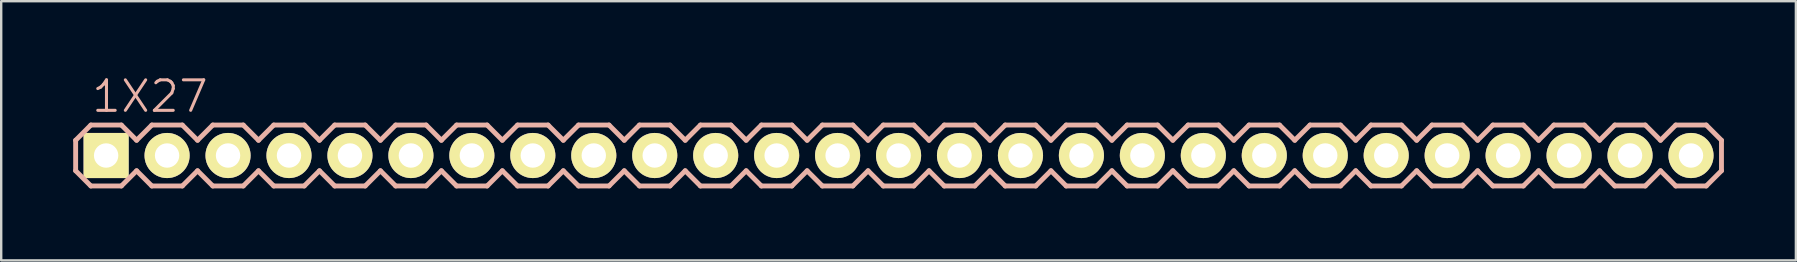
<source format=kicad_pcb>
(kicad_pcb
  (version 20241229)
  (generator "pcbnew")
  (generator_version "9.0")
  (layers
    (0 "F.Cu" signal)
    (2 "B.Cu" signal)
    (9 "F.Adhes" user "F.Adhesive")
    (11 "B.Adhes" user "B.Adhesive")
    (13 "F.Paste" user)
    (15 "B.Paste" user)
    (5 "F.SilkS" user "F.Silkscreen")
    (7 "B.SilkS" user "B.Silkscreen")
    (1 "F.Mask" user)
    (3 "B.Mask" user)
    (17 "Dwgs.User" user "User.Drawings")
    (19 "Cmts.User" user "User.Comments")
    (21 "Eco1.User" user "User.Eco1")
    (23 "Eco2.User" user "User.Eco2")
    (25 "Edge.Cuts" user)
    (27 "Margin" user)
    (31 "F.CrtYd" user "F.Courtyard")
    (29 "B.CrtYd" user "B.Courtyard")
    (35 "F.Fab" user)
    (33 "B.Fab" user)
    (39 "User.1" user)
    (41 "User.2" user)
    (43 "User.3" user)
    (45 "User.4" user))
  (footprint "1X27"
    (layer "F.Cu")
    (at 1.372 3.43)
    (property "Reference" "1X27" (at 1.829 -2.464 0) (layer "B.SilkS") (effects (font (size 1.27 1.27) (thickness 0.127))))
    (attr exclude_from_pos_files exclude_from_bom)
    (fp_line (start -0.254 -0.254) (end 0.254 -0.254) (stroke (width 0.066) (type solid)) (layer "F.SilkS"))
    (fp_line (start -0.254 0.254) (end -0.254 -0.254) (stroke (width 0.066) (type solid)) (layer "F.SilkS"))
    (fp_line (start -0.254 0.254) (end 0.254 0.254) (stroke (width 0.066) (type solid)) (layer "F.SilkS"))
    (fp_line (start 0.254 0.254) (end 0.254 -0.254) (stroke (width 0.066) (type solid)) (layer "F.SilkS"))
    (fp_line (start 2.286 -0.254) (end 2.794 -0.254) (stroke (width 0.066) (type solid)) (layer "F.SilkS"))
    (fp_line (start 2.286 0.254) (end 2.286 -0.254) (stroke (width 0.066) (type solid)) (layer "F.SilkS"))
    (fp_line (start 2.286 0.254) (end 2.794 0.254) (stroke (width 0.066) (type solid)) (layer "F.SilkS"))
    (fp_line (start 2.794 0.254) (end 2.794 -0.254) (stroke (width 0.066) (type solid)) (layer "F.SilkS"))
    (fp_line (start 4.826 -0.254) (end 5.334 -0.254) (stroke (width 0.066) (type solid)) (layer "F.SilkS"))
    (fp_line (start 4.826 0.254) (end 4.826 -0.254) (stroke (width 0.066) (type solid)) (layer "F.SilkS"))
    (fp_line (start 4.826 0.254) (end 5.334 0.254) (stroke (width 0.066) (type solid)) (layer "F.SilkS"))
    (fp_line (start 5.334 0.254) (end 5.334 -0.254) (stroke (width 0.066) (type solid)) (layer "F.SilkS"))
    (fp_line (start 7.366 -0.254) (end 7.874 -0.254) (stroke (width 0.066) (type solid)) (layer "F.SilkS"))
    (fp_line (start 7.366 0.254) (end 7.366 -0.254) (stroke (width 0.066) (type solid)) (layer "F.SilkS"))
    (fp_line (start 7.366 0.254) (end 7.874 0.254) (stroke (width 0.066) (type solid)) (layer "F.SilkS"))
    (fp_line (start 7.874 0.254) (end 7.874 -0.254) (stroke (width 0.066) (type solid)) (layer "F.SilkS"))
    (fp_line (start 9.906 -0.254) (end 10.414 -0.254) (stroke (width 0.066) (type solid)) (layer "F.SilkS"))
    (fp_line (start 9.906 0.254) (end 9.906 -0.254) (stroke (width 0.066) (type solid)) (layer "F.SilkS"))
    (fp_line (start 9.906 0.254) (end 10.414 0.254) (stroke (width 0.066) (type solid)) (layer "F.SilkS"))
    (fp_line (start 10.414 0.254) (end 10.414 -0.254) (stroke (width 0.066) (type solid)) (layer "F.SilkS"))
    (fp_line (start 12.446 -0.254) (end 12.954 -0.254) (stroke (width 0.066) (type solid)) (layer "F.SilkS"))
    (fp_line (start 12.446 0.254) (end 12.446 -0.254) (stroke (width 0.066) (type solid)) (layer "F.SilkS"))
    (fp_line (start 12.446 0.254) (end 12.954 0.254) (stroke (width 0.066) (type solid)) (layer "F.SilkS"))
    (fp_line (start 12.954 0.254) (end 12.954 -0.254) (stroke (width 0.066) (type solid)) (layer "F.SilkS"))
    (fp_line (start 14.986 -0.254) (end 15.494 -0.254) (stroke (width 0.066) (type solid)) (layer "F.SilkS"))
    (fp_line (start 14.986 0.254) (end 14.986 -0.254) (stroke (width 0.066) (type solid)) (layer "F.SilkS"))
    (fp_line (start 14.986 0.254) (end 15.494 0.254) (stroke (width 0.066) (type solid)) (layer "F.SilkS"))
    (fp_line (start 15.494 0.254) (end 15.494 -0.254) (stroke (width 0.066) (type solid)) (layer "F.SilkS"))
    (fp_line (start 17.523 -0.254) (end 18.034 -0.254) (stroke (width 0.066) (type solid)) (layer "F.SilkS"))
    (fp_line (start 17.523 0.254) (end 17.523 -0.254) (stroke (width 0.066) (type solid)) (layer "F.SilkS"))
    (fp_line (start 17.523 0.254) (end 18.034 0.254) (stroke (width 0.066) (type solid)) (layer "F.SilkS"))
    (fp_line (start 18.034 0.254) (end 18.034 -0.254) (stroke (width 0.066) (type solid)) (layer "F.SilkS"))
    (fp_line (start 20.066 -0.254) (end 20.574 -0.254) (stroke (width 0.066) (type solid)) (layer "F.SilkS"))
    (fp_line (start 20.066 0.254) (end 20.066 -0.254) (stroke (width 0.066) (type solid)) (layer "F.SilkS"))
    (fp_line (start 20.066 0.254) (end 20.574 0.254) (stroke (width 0.066) (type solid)) (layer "F.SilkS"))
    (fp_line (start 20.574 0.254) (end 20.574 -0.254) (stroke (width 0.066) (type solid)) (layer "F.SilkS"))
    (fp_line (start 22.606 -0.254) (end 23.114 -0.254) (stroke (width 0.066) (type solid)) (layer "F.SilkS"))
    (fp_line (start 22.606 0.254) (end 22.606 -0.254) (stroke (width 0.066) (type solid)) (layer "F.SilkS"))
    (fp_line (start 22.606 0.254) (end 23.114 0.254) (stroke (width 0.066) (type solid)) (layer "F.SilkS"))
    (fp_line (start 23.114 0.254) (end 23.114 -0.254) (stroke (width 0.066) (type solid)) (layer "F.SilkS"))
    (fp_line (start 25.146 -0.254) (end 25.654 -0.254) (stroke (width 0.066) (type solid)) (layer "F.SilkS"))
    (fp_line (start 25.146 0.254) (end 25.146 -0.254) (stroke (width 0.066) (type solid)) (layer "F.SilkS"))
    (fp_line (start 25.146 0.254) (end 25.654 0.254) (stroke (width 0.066) (type solid)) (layer "F.SilkS"))
    (fp_line (start 25.654 0.254) (end 25.654 -0.254) (stroke (width 0.066) (type solid)) (layer "F.SilkS"))
    (fp_line (start 27.686 -0.254) (end 28.194 -0.254) (stroke (width 0.066) (type solid)) (layer "F.SilkS"))
    (fp_line (start 27.686 0.254) (end 27.686 -0.254) (stroke (width 0.066) (type solid)) (layer "F.SilkS"))
    (fp_line (start 27.686 0.254) (end 28.194 0.254) (stroke (width 0.066) (type solid)) (layer "F.SilkS"))
    (fp_line (start 28.194 0.254) (end 28.194 -0.254) (stroke (width 0.066) (type solid)) (layer "F.SilkS"))
    (fp_line (start 30.226 -0.254) (end 30.734 -0.254) (stroke (width 0.066) (type solid)) (layer "F.SilkS"))
    (fp_line (start 30.226 0.254) (end 30.226 -0.254) (stroke (width 0.066) (type solid)) (layer "F.SilkS"))
    (fp_line (start 30.226 0.254) (end 30.734 0.254) (stroke (width 0.066) (type solid)) (layer "F.SilkS"))
    (fp_line (start 30.734 0.254) (end 30.734 -0.254) (stroke (width 0.066) (type solid)) (layer "F.SilkS"))
    (fp_line (start 32.766 -0.254) (end 33.274 -0.254) (stroke (width 0.066) (type solid)) (layer "F.SilkS"))
    (fp_line (start 32.766 0.254) (end 32.766 -0.254) (stroke (width 0.066) (type solid)) (layer "F.SilkS"))
    (fp_line (start 32.766 0.254) (end 33.274 0.254) (stroke (width 0.066) (type solid)) (layer "F.SilkS"))
    (fp_line (start 33.274 0.254) (end 33.274 -0.254) (stroke (width 0.066) (type solid)) (layer "F.SilkS"))
    (fp_line (start 35.303 -0.254) (end 35.814 -0.254) (stroke (width 0.066) (type solid)) (layer "F.SilkS"))
    (fp_line (start 35.303 0.254) (end 35.303 -0.254) (stroke (width 0.066) (type solid)) (layer "F.SilkS"))
    (fp_line (start 35.303 0.254) (end 35.814 0.254) (stroke (width 0.066) (type solid)) (layer "F.SilkS"))
    (fp_line (start 35.814 0.254) (end 35.814 -0.254) (stroke (width 0.066) (type solid)) (layer "F.SilkS"))
    (fp_line (start 37.846 -0.254) (end 38.354 -0.254) (stroke (width 0.066) (type solid)) (layer "F.SilkS"))
    (fp_line (start 37.846 0.254) (end 37.846 -0.254) (stroke (width 0.066) (type solid)) (layer "F.SilkS"))
    (fp_line (start 37.846 0.254) (end 38.354 0.254) (stroke (width 0.066) (type solid)) (layer "F.SilkS"))
    (fp_line (start 38.354 0.254) (end 38.354 -0.254) (stroke (width 0.066) (type solid)) (layer "F.SilkS"))
    (fp_line (start 40.386 -0.254) (end 40.894 -0.254) (stroke (width 0.066) (type solid)) (layer "F.SilkS"))
    (fp_line (start 40.386 0.254) (end 40.386 -0.254) (stroke (width 0.066) (type solid)) (layer "F.SilkS"))
    (fp_line (start 40.386 0.254) (end 40.894 0.254) (stroke (width 0.066) (type solid)) (layer "F.SilkS"))
    (fp_line (start 40.894 0.254) (end 40.894 -0.254) (stroke (width 0.066) (type solid)) (layer "F.SilkS"))
    (fp_line (start 42.926 -0.254) (end 43.434 -0.254) (stroke (width 0.066) (type solid)) (layer "F.SilkS"))
    (fp_line (start 42.926 0.254) (end 42.926 -0.254) (stroke (width 0.066) (type solid)) (layer "F.SilkS"))
    (fp_line (start 42.926 0.254) (end 43.434 0.254) (stroke (width 0.066) (type solid)) (layer "F.SilkS"))
    (fp_line (start 43.434 0.254) (end 43.434 -0.254) (stroke (width 0.066) (type solid)) (layer "F.SilkS"))
    (fp_line (start 45.466 -0.254) (end 45.974 -0.254) (stroke (width 0.066) (type solid)) (layer "F.SilkS"))
    (fp_line (start 45.466 0.254) (end 45.466 -0.254) (stroke (width 0.066) (type solid)) (layer "F.SilkS"))
    (fp_line (start 45.466 0.254) (end 45.974 0.254) (stroke (width 0.066) (type solid)) (layer "F.SilkS"))
    (fp_line (start 45.974 0.254) (end 45.974 -0.254) (stroke (width 0.066) (type solid)) (layer "F.SilkS"))
    (fp_line (start 48.006 -0.254) (end 48.514 -0.254) (stroke (width 0.066) (type solid)) (layer "F.SilkS"))
    (fp_line (start 48.006 0.254) (end 48.006 -0.254) (stroke (width 0.066) (type solid)) (layer "F.SilkS"))
    (fp_line (start 48.006 0.254) (end 48.514 0.254) (stroke (width 0.066) (type solid)) (layer "F.SilkS"))
    (fp_line (start 48.514 0.254) (end 48.514 -0.254) (stroke (width 0.066) (type solid)) (layer "F.SilkS"))
    (fp_line (start 50.546 -0.254) (end 51.051 -0.254) (stroke (width 0.066) (type solid)) (layer "F.SilkS"))
    (fp_line (start 50.546 0.254) (end 50.546 -0.254) (stroke (width 0.066) (type solid)) (layer "F.SilkS"))
    (fp_line (start 50.546 0.254) (end 51.051 0.254) (stroke (width 0.066) (type solid)) (layer "F.SilkS"))
    (fp_line (start 51.051 0.254) (end 51.051 -0.254) (stroke (width 0.066) (type solid)) (layer "F.SilkS"))
    (fp_line (start 53.086 -0.254) (end 53.594 -0.254) (stroke (width 0.066) (type solid)) (layer "F.SilkS"))
    (fp_line (start 53.086 0.254) (end 53.086 -0.254) (stroke (width 0.066) (type solid)) (layer "F.SilkS"))
    (fp_line (start 53.086 0.254) (end 53.594 0.254) (stroke (width 0.066) (type solid)) (layer "F.SilkS"))
    (fp_line (start 53.594 0.254) (end 53.594 -0.254) (stroke (width 0.066) (type solid)) (layer "F.SilkS"))
    (fp_line (start 55.626 -0.254) (end 56.134 -0.254) (stroke (width 0.066) (type solid)) (layer "F.SilkS"))
    (fp_line (start 55.626 0.254) (end 55.626 -0.254) (stroke (width 0.066) (type solid)) (layer "F.SilkS"))
    (fp_line (start 55.626 0.254) (end 56.134 0.254) (stroke (width 0.066) (type solid)) (layer "F.SilkS"))
    (fp_line (start 56.134 0.254) (end 56.134 -0.254) (stroke (width 0.066) (type solid)) (layer "F.SilkS"))
    (fp_line (start 58.166 -0.254) (end 58.674 -0.254) (stroke (width 0.066) (type solid)) (layer "F.SilkS"))
    (fp_line (start 58.166 0.254) (end 58.166 -0.254) (stroke (width 0.066) (type solid)) (layer "F.SilkS"))
    (fp_line (start 58.166 0.254) (end 58.674 0.254) (stroke (width 0.066) (type solid)) (layer "F.SilkS"))
    (fp_line (start 58.674 0.254) (end 58.674 -0.254) (stroke (width 0.066) (type solid)) (layer "F.SilkS"))
    (fp_line (start 60.706 -0.254) (end 61.214 -0.254) (stroke (width 0.066) (type solid)) (layer "F.SilkS"))
    (fp_line (start 60.706 0.254) (end 60.706 -0.254) (stroke (width 0.066) (type solid)) (layer "F.SilkS"))
    (fp_line (start 60.706 0.254) (end 61.214 0.254) (stroke (width 0.066) (type solid)) (layer "F.SilkS"))
    (fp_line (start 61.214 0.254) (end 61.214 -0.254) (stroke (width 0.066) (type solid)) (layer "F.SilkS"))
    (fp_line (start 63.246 -0.254) (end 63.751 -0.254) (stroke (width 0.066) (type solid)) (layer "F.SilkS"))
    (fp_line (start 63.246 0.254) (end 63.246 -0.254) (stroke (width 0.066) (type solid)) (layer "F.SilkS"))
    (fp_line (start 63.246 0.254) (end 63.751 0.254) (stroke (width 0.066) (type solid)) (layer "F.SilkS"))
    (fp_line (start 63.751 0.254) (end 63.751 -0.254) (stroke (width 0.066) (type solid)) (layer "F.SilkS"))
    (fp_line (start 65.786 -0.254) (end 66.294 -0.254) (stroke (width 0.066) (type solid)) (layer "F.SilkS"))
    (fp_line (start 65.786 0.254) (end 65.786 -0.254) (stroke (width 0.066) (type solid)) (layer "F.SilkS"))
    (fp_line (start 65.786 0.254) (end 66.294 0.254) (stroke (width 0.066) (type solid)) (layer "F.SilkS"))
    (fp_line (start 66.294 0.254) (end 66.294 -0.254) (stroke (width 0.066) (type solid)) (layer "F.SilkS"))
    (fp_line (start -1.27 -0.635) (end -1.27 0.635) (stroke (width 0.203) (type solid)) (layer "B.SilkS"))
    (fp_line (start -1.27 0.635) (end -0.635 1.27) (stroke (width 0.203) (type solid)) (layer "B.SilkS"))
    (fp_line (start -0.635 -1.27) (end -1.27 -0.635) (stroke (width 0.203) (type solid)) (layer "B.SilkS"))
    (fp_line (start -0.635 -1.27) (end 0.635 -1.27) (stroke (width 0.203) (type solid)) (layer "B.SilkS"))
    (fp_line (start 0.635 -1.27) (end 1.27 -0.635) (stroke (width 0.203) (type solid)) (layer "B.SilkS"))
    (fp_line (start 0.635 1.27) (end -0.635 1.27) (stroke (width 0.203) (type solid)) (layer "B.SilkS"))
    (fp_line (start 1.27 -0.635) (end 1.905 -1.27) (stroke (width 0.203) (type solid)) (layer "B.SilkS"))
    (fp_line (start 1.27 0.635) (end 0.635 1.27) (stroke (width 0.203) (type solid)) (layer "B.SilkS"))
    (fp_line (start 1.905 -1.27) (end 3.175 -1.27) (stroke (width 0.203) (type solid)) (layer "B.SilkS"))
    (fp_line (start 1.905 1.27) (end 1.27 0.635) (stroke (width 0.203) (type solid)) (layer "B.SilkS"))
    (fp_line (start 3.175 -1.27) (end 3.81 -0.635) (stroke (width 0.203) (type solid)) (layer "B.SilkS"))
    (fp_line (start 3.175 1.27) (end 1.905 1.27) (stroke (width 0.203) (type solid)) (layer "B.SilkS"))
    (fp_line (start 3.81 -0.635) (end 4.445 -1.27) (stroke (width 0.203) (type solid)) (layer "B.SilkS"))
    (fp_line (start 3.81 0.635) (end 3.175 1.27) (stroke (width 0.203) (type solid)) (layer "B.SilkS"))
    (fp_line (start 4.445 -1.27) (end 5.715 -1.27) (stroke (width 0.203) (type solid)) (layer "B.SilkS"))
    (fp_line (start 4.445 1.27) (end 3.81 0.635) (stroke (width 0.203) (type solid)) (layer "B.SilkS"))
    (fp_line (start 5.715 -1.27) (end 6.35 -0.635) (stroke (width 0.203) (type solid)) (layer "B.SilkS"))
    (fp_line (start 5.715 1.27) (end 4.445 1.27) (stroke (width 0.203) (type solid)) (layer "B.SilkS"))
    (fp_line (start 6.35 0.635) (end 5.715 1.27) (stroke (width 0.203) (type solid)) (layer "B.SilkS"))
    (fp_line (start 6.35 0.635) (end 6.985 1.27) (stroke (width 0.203) (type solid)) (layer "B.SilkS"))
    (fp_line (start 6.985 -1.27) (end 6.35 -0.635) (stroke (width 0.203) (type solid)) (layer "B.SilkS"))
    (fp_line (start 6.985 -1.27) (end 8.255 -1.27) (stroke (width 0.203) (type solid)) (layer "B.SilkS"))
    (fp_line (start 8.255 -1.27) (end 8.89 -0.635) (stroke (width 0.203) (type solid)) (layer "B.SilkS"))
    (fp_line (start 8.255 1.27) (end 6.985 1.27) (stroke (width 0.203) (type solid)) (layer "B.SilkS"))
    (fp_line (start 8.89 -0.635) (end 9.525 -1.27) (stroke (width 0.203) (type solid)) (layer "B.SilkS"))
    (fp_line (start 8.89 0.635) (end 8.255 1.27) (stroke (width 0.203) (type solid)) (layer "B.SilkS"))
    (fp_line (start 9.525 -1.27) (end 10.795 -1.27) (stroke (width 0.203) (type solid)) (layer "B.SilkS"))
    (fp_line (start 9.525 1.27) (end 8.89 0.635) (stroke (width 0.203) (type solid)) (layer "B.SilkS"))
    (fp_line (start 10.795 -1.27) (end 11.43 -0.635) (stroke (width 0.203) (type solid)) (layer "B.SilkS"))
    (fp_line (start 10.795 1.27) (end 9.525 1.27) (stroke (width 0.203) (type solid)) (layer "B.SilkS"))
    (fp_line (start 11.43 -0.635) (end 12.065 -1.27) (stroke (width 0.203) (type solid)) (layer "B.SilkS"))
    (fp_line (start 11.43 0.635) (end 10.795 1.27) (stroke (width 0.203) (type solid)) (layer "B.SilkS"))
    (fp_line (start 12.065 -1.27) (end 13.335 -1.27) (stroke (width 0.203) (type solid)) (layer "B.SilkS"))
    (fp_line (start 12.065 1.27) (end 11.43 0.635) (stroke (width 0.203) (type solid)) (layer "B.SilkS"))
    (fp_line (start 13.335 -1.27) (end 13.97 -0.635) (stroke (width 0.203) (type solid)) (layer "B.SilkS"))
    (fp_line (start 13.335 1.27) (end 12.065 1.27) (stroke (width 0.203) (type solid)) (layer "B.SilkS"))
    (fp_line (start 13.97 0.635) (end 13.335 1.27) (stroke (width 0.203) (type solid)) (layer "B.SilkS"))
    (fp_line (start 13.97 0.635) (end 14.605 1.27) (stroke (width 0.203) (type solid)) (layer "B.SilkS"))
    (fp_line (start 14.605 -1.27) (end 13.97 -0.635) (stroke (width 0.203) (type solid)) (layer "B.SilkS"))
    (fp_line (start 14.605 -1.27) (end 15.875 -1.27) (stroke (width 0.203) (type solid)) (layer "B.SilkS"))
    (fp_line (start 15.875 -1.27) (end 16.51 -0.635) (stroke (width 0.203) (type solid)) (layer "B.SilkS"))
    (fp_line (start 15.875 1.27) (end 14.605 1.27) (stroke (width 0.203) (type solid)) (layer "B.SilkS"))
    (fp_line (start 16.51 0.635) (end 15.875 1.27) (stroke (width 0.203) (type solid)) (layer "B.SilkS"))
    (fp_line (start 16.51 0.635) (end 17.145 1.27) (stroke (width 0.203) (type solid)) (layer "B.SilkS"))
    (fp_line (start 17.145 -1.27) (end 16.51 -0.635) (stroke (width 0.203) (type solid)) (layer "B.SilkS"))
    (fp_line (start 17.145 -1.27) (end 18.415 -1.27) (stroke (width 0.203) (type solid)) (layer "B.SilkS"))
    (fp_line (start 18.415 -1.27) (end 19.05 -0.635) (stroke (width 0.203) (type solid)) (layer "B.SilkS"))
    (fp_line (start 18.415 1.27) (end 17.145 1.27) (stroke (width 0.203) (type solid)) (layer "B.SilkS"))
    (fp_line (start 19.05 -0.635) (end 19.685 -1.27) (stroke (width 0.203) (type solid)) (layer "B.SilkS"))
    (fp_line (start 19.05 0.635) (end 18.415 1.27) (stroke (width 0.203) (type solid)) (layer "B.SilkS"))
    (fp_line (start 19.685 -1.27) (end 20.955 -1.27) (stroke (width 0.203) (type solid)) (layer "B.SilkS"))
    (fp_line (start 19.685 1.27) (end 19.05 0.635) (stroke (width 0.203) (type solid)) (layer "B.SilkS"))
    (fp_line (start 20.955 -1.27) (end 21.59 -0.635) (stroke (width 0.203) (type solid)) (layer "B.SilkS"))
    (fp_line (start 20.955 1.27) (end 19.685 1.27) (stroke (width 0.203) (type solid)) (layer "B.SilkS"))
    (fp_line (start 21.59 -0.635) (end 22.225 -1.27) (stroke (width 0.203) (type solid)) (layer "B.SilkS"))
    (fp_line (start 21.59 0.635) (end 20.955 1.27) (stroke (width 0.203) (type solid)) (layer "B.SilkS"))
    (fp_line (start 22.225 -1.27) (end 23.495 -1.27) (stroke (width 0.203) (type solid)) (layer "B.SilkS"))
    (fp_line (start 22.225 1.27) (end 21.59 0.635) (stroke (width 0.203) (type solid)) (layer "B.SilkS"))
    (fp_line (start 23.495 -1.27) (end 24.13 -0.635) (stroke (width 0.203) (type solid)) (layer "B.SilkS"))
    (fp_line (start 23.495 1.27) (end 22.225 1.27) (stroke (width 0.203) (type solid)) (layer "B.SilkS"))
    (fp_line (start 24.13 0.635) (end 23.495 1.27) (stroke (width 0.203) (type solid)) (layer "B.SilkS"))
    (fp_line (start 24.13 0.635) (end 24.765 1.27) (stroke (width 0.203) (type solid)) (layer "B.SilkS"))
    (fp_line (start 24.765 -1.27) (end 24.13 -0.635) (stroke (width 0.203) (type solid)) (layer "B.SilkS"))
    (fp_line (start 24.765 -1.27) (end 26.035 -1.27) (stroke (width 0.203) (type solid)) (layer "B.SilkS"))
    (fp_line (start 26.035 -1.27) (end 26.67 -0.635) (stroke (width 0.203) (type solid)) (layer "B.SilkS"))
    (fp_line (start 26.035 1.27) (end 24.765 1.27) (stroke (width 0.203) (type solid)) (layer "B.SilkS"))
    (fp_line (start 26.67 -0.635) (end 27.305 -1.27) (stroke (width 0.203) (type solid)) (layer "B.SilkS"))
    (fp_line (start 26.67 0.635) (end 26.035 1.27) (stroke (width 0.203) (type solid)) (layer "B.SilkS"))
    (fp_line (start 27.305 -1.27) (end 28.575 -1.27) (stroke (width 0.203) (type solid)) (layer "B.SilkS"))
    (fp_line (start 27.305 1.27) (end 26.67 0.635) (stroke (width 0.203) (type solid)) (layer "B.SilkS"))
    (fp_line (start 28.575 -1.27) (end 29.21 -0.635) (stroke (width 0.203) (type solid)) (layer "B.SilkS"))
    (fp_line (start 28.575 1.27) (end 27.305 1.27) (stroke (width 0.203) (type solid)) (layer "B.SilkS"))
    (fp_line (start 29.21 -0.635) (end 29.845 -1.27) (stroke (width 0.203) (type solid)) (layer "B.SilkS"))
    (fp_line (start 29.21 0.635) (end 28.575 1.27) (stroke (width 0.203) (type solid)) (layer "B.SilkS"))
    (fp_line (start 29.845 -1.27) (end 31.115 -1.27) (stroke (width 0.203) (type solid)) (layer "B.SilkS"))
    (fp_line (start 29.845 1.27) (end 29.21 0.635) (stroke (width 0.203) (type solid)) (layer "B.SilkS"))
    (fp_line (start 31.115 -1.27) (end 31.75 -0.635) (stroke (width 0.203) (type solid)) (layer "B.SilkS"))
    (fp_line (start 31.115 1.27) (end 29.845 1.27) (stroke (width 0.203) (type solid)) (layer "B.SilkS"))
    (fp_line (start 31.75 0.635) (end 31.115 1.27) (stroke (width 0.203) (type solid)) (layer "B.SilkS"))
    (fp_line (start 31.75 0.635) (end 32.385 1.27) (stroke (width 0.203) (type solid)) (layer "B.SilkS"))
    (fp_line (start 32.385 -1.27) (end 31.75 -0.635) (stroke (width 0.203) (type solid)) (layer "B.SilkS"))
    (fp_line (start 32.385 -1.27) (end 33.655 -1.27) (stroke (width 0.203) (type solid)) (layer "B.SilkS"))
    (fp_line (start 33.655 -1.27) (end 34.29 -0.635) (stroke (width 0.203) (type solid)) (layer "B.SilkS"))
    (fp_line (start 33.655 1.27) (end 32.385 1.27) (stroke (width 0.203) (type solid)) (layer "B.SilkS"))
    (fp_line (start 34.29 0.635) (end 33.655 1.27) (stroke (width 0.203) (type solid)) (layer "B.SilkS"))
    (fp_line (start 34.29 0.635) (end 34.925 1.27) (stroke (width 0.203) (type solid)) (layer "B.SilkS"))
    (fp_line (start 34.925 -1.27) (end 34.29 -0.635) (stroke (width 0.203) (type solid)) (layer "B.SilkS"))
    (fp_line (start 34.925 -1.27) (end 36.195 -1.27) (stroke (width 0.203) (type solid)) (layer "B.SilkS"))
    (fp_line (start 36.195 -1.27) (end 36.83 -0.635) (stroke (width 0.203) (type solid)) (layer "B.SilkS"))
    (fp_line (start 36.195 1.27) (end 34.925 1.27) (stroke (width 0.203) (type solid)) (layer "B.SilkS"))
    (fp_line (start 36.83 0.635) (end 36.195 1.27) (stroke (width 0.203) (type solid)) (layer "B.SilkS"))
    (fp_line (start 36.83 0.635) (end 37.465 1.27) (stroke (width 0.203) (type solid)) (layer "B.SilkS"))
    (fp_line (start 37.465 -1.27) (end 36.83 -0.635) (stroke (width 0.203) (type solid)) (layer "B.SilkS"))
    (fp_line (start 37.465 -1.27) (end 38.735 -1.27) (stroke (width 0.203) (type solid)) (layer "B.SilkS"))
    (fp_line (start 38.735 -1.27) (end 39.37 -0.635) (stroke (width 0.203) (type solid)) (layer "B.SilkS"))
    (fp_line (start 38.735 1.27) (end 37.465 1.27) (stroke (width 0.203) (type solid)) (layer "B.SilkS"))
    (fp_line (start 39.37 0.635) (end 38.735 1.27) (stroke (width 0.203) (type solid)) (layer "B.SilkS"))
    (fp_line (start 39.37 0.635) (end 40.005 1.27) (stroke (width 0.203) (type solid)) (layer "B.SilkS"))
    (fp_line (start 40.005 -1.27) (end 39.37 -0.635) (stroke (width 0.203) (type solid)) (layer "B.SilkS"))
    (fp_line (start 40.005 -1.27) (end 41.275 -1.27) (stroke (width 0.203) (type solid)) (layer "B.SilkS"))
    (fp_line (start 41.275 -1.27) (end 41.91 -0.635) (stroke (width 0.203) (type solid)) (layer "B.SilkS"))
    (fp_line (start 41.275 1.27) (end 40.005 1.27) (stroke (width 0.203) (type solid)) (layer "B.SilkS"))
    (fp_line (start 41.91 0.635) (end 41.275 1.27) (stroke (width 0.203) (type solid)) (layer "B.SilkS"))
    (fp_line (start 41.91 0.635) (end 42.545 1.27) (stroke (width 0.203) (type solid)) (layer "B.SilkS"))
    (fp_line (start 42.545 -1.27) (end 41.91 -0.635) (stroke (width 0.203) (type solid)) (layer "B.SilkS"))
    (fp_line (start 42.545 -1.27) (end 43.815 -1.27) (stroke (width 0.203) (type solid)) (layer "B.SilkS"))
    (fp_line (start 43.815 -1.27) (end 44.45 -0.635) (stroke (width 0.203) (type solid)) (layer "B.SilkS"))
    (fp_line (start 43.815 1.27) (end 42.545 1.27) (stroke (width 0.203) (type solid)) (layer "B.SilkS"))
    (fp_line (start 44.45 0.635) (end 43.815 1.27) (stroke (width 0.203) (type solid)) (layer "B.SilkS"))
    (fp_line (start 44.45 0.635) (end 45.085 1.27) (stroke (width 0.203) (type solid)) (layer "B.SilkS"))
    (fp_line (start 45.085 -1.27) (end 44.45 -0.635) (stroke (width 0.203) (type solid)) (layer "B.SilkS"))
    (fp_line (start 45.085 -1.27) (end 46.355 -1.27) (stroke (width 0.203) (type solid)) (layer "B.SilkS"))
    (fp_line (start 46.355 -1.27) (end 46.99 -0.635) (stroke (width 0.203) (type solid)) (layer "B.SilkS"))
    (fp_line (start 46.355 1.27) (end 45.085 1.27) (stroke (width 0.203) (type solid)) (layer "B.SilkS"))
    (fp_line (start 46.99 0.635) (end 46.355 1.27) (stroke (width 0.203) (type solid)) (layer "B.SilkS"))
    (fp_line (start 46.99 0.635) (end 47.625 1.27) (stroke (width 0.203) (type solid)) (layer "B.SilkS"))
    (fp_line (start 47.625 -1.27) (end 46.99 -0.635) (stroke (width 0.203) (type solid)) (layer "B.SilkS"))
    (fp_line (start 47.625 -1.27) (end 48.895 -1.27) (stroke (width 0.203) (type solid)) (layer "B.SilkS"))
    (fp_line (start 48.895 -1.27) (end 49.53 -0.635) (stroke (width 0.203) (type solid)) (layer "B.SilkS"))
    (fp_line (start 48.895 1.27) (end 47.625 1.27) (stroke (width 0.203) (type solid)) (layer "B.SilkS"))
    (fp_line (start 49.53 0.635) (end 48.895 1.27) (stroke (width 0.203) (type solid)) (layer "B.SilkS"))
    (fp_line (start 49.53 0.635) (end 50.165 1.27) (stroke (width 0.203) (type solid)) (layer "B.SilkS"))
    (fp_line (start 50.165 -1.27) (end 49.53 -0.635) (stroke (width 0.203) (type solid)) (layer "B.SilkS"))
    (fp_line (start 50.165 -1.27) (end 51.435 -1.27) (stroke (width 0.203) (type solid)) (layer "B.SilkS"))
    (fp_line (start 51.435 -1.27) (end 52.07 -0.635) (stroke (width 0.203) (type solid)) (layer "B.SilkS"))
    (fp_line (start 51.435 1.27) (end 50.165 1.27) (stroke (width 0.203) (type solid)) (layer "B.SilkS"))
    (fp_line (start 52.07 0.635) (end 51.435 1.27) (stroke (width 0.203) (type solid)) (layer "B.SilkS"))
    (fp_line (start 52.07 0.635) (end 52.705 1.27) (stroke (width 0.203) (type solid)) (layer "B.SilkS"))
    (fp_line (start 52.705 -1.27) (end 52.07 -0.635) (stroke (width 0.203) (type solid)) (layer "B.SilkS"))
    (fp_line (start 52.705 -1.27) (end 53.975 -1.27) (stroke (width 0.203) (type solid)) (layer "B.SilkS"))
    (fp_line (start 53.975 -1.27) (end 54.61 -0.635) (stroke (width 0.203) (type solid)) (layer "B.SilkS"))
    (fp_line (start 53.975 1.27) (end 52.705 1.27) (stroke (width 0.203) (type solid)) (layer "B.SilkS"))
    (fp_line (start 54.61 0.635) (end 53.975 1.27) (stroke (width 0.203) (type solid)) (layer "B.SilkS"))
    (fp_line (start 54.61 0.635) (end 55.245 1.27) (stroke (width 0.203) (type solid)) (layer "B.SilkS"))
    (fp_line (start 55.245 -1.27) (end 54.61 -0.635) (stroke (width 0.203) (type solid)) (layer "B.SilkS"))
    (fp_line (start 55.245 -1.27) (end 56.515 -1.27) (stroke (width 0.203) (type solid)) (layer "B.SilkS"))
    (fp_line (start 56.515 -1.27) (end 57.15 -0.635) (stroke (width 0.203) (type solid)) (layer "B.SilkS"))
    (fp_line (start 56.515 1.27) (end 55.245 1.27) (stroke (width 0.203) (type solid)) (layer "B.SilkS"))
    (fp_line (start 57.15 -0.635) (end 57.785 -1.27) (stroke (width 0.203) (type solid)) (layer "B.SilkS"))
    (fp_line (start 57.15 0.635) (end 56.515 1.27) (stroke (width 0.203) (type solid)) (layer "B.SilkS"))
    (fp_line (start 57.15 0.635) (end 57.785 1.27) (stroke (width 0.203) (type solid)) (layer "B.SilkS"))
    (fp_line (start 57.785 -1.27) (end 59.055 -1.27) (stroke (width 0.203) (type solid)) (layer "B.SilkS"))
    (fp_line (start 59.055 -1.27) (end 59.69 -0.635) (stroke (width 0.203) (type solid)) (layer "B.SilkS"))
    (fp_line (start 59.055 1.27) (end 57.785 1.27) (stroke (width 0.203) (type solid)) (layer "B.SilkS"))
    (fp_line (start 59.69 0.635) (end 59.055 1.27) (stroke (width 0.203) (type solid)) (layer "B.SilkS"))
    (fp_line (start 59.69 0.635) (end 60.325 1.27) (stroke (width 0.203) (type solid)) (layer "B.SilkS"))
    (fp_line (start 60.325 -1.27) (end 59.69 -0.635) (stroke (width 0.203) (type solid)) (layer "B.SilkS"))
    (fp_line (start 60.325 -1.27) (end 61.595 -1.27) (stroke (width 0.203) (type solid)) (layer "B.SilkS"))
    (fp_line (start 61.595 -1.27) (end 62.23 -0.635) (stroke (width 0.203) (type solid)) (layer "B.SilkS"))
    (fp_line (start 61.595 1.27) (end 60.325 1.27) (stroke (width 0.203) (type solid)) (layer "B.SilkS"))
    (fp_line (start 62.23 -0.635) (end 62.865 -1.27) (stroke (width 0.203) (type solid)) (layer "B.SilkS"))
    (fp_line (start 62.23 0.635) (end 61.595 1.27) (stroke (width 0.203) (type solid)) (layer "B.SilkS"))
    (fp_line (start 62.23 0.635) (end 62.865 1.27) (stroke (width 0.203) (type solid)) (layer "B.SilkS"))
    (fp_line (start 62.865 -1.27) (end 64.135 -1.27) (stroke (width 0.203) (type solid)) (layer "B.SilkS"))
    (fp_line (start 64.135 -1.27) (end 64.77 -0.635) (stroke (width 0.203) (type solid)) (layer "B.SilkS"))
    (fp_line (start 64.135 1.27) (end 62.865 1.27) (stroke (width 0.203) (type solid)) (layer "B.SilkS"))
    (fp_line (start 64.77 0.635) (end 64.135 1.27) (stroke (width 0.203) (type solid)) (layer "B.SilkS"))
    (fp_line (start 64.77 0.635) (end 65.405 1.27) (stroke (width 0.203) (type solid)) (layer "B.SilkS"))
    (fp_line (start 65.405 -1.27) (end 64.77 -0.635) (stroke (width 0.203) (type solid)) (layer "B.SilkS"))
    (fp_line (start 65.405 -1.27) (end 66.675 -1.27) (stroke (width 0.203) (type solid)) (layer "B.SilkS"))
    (fp_line (start 66.675 -1.27) (end 67.31 -0.635) (stroke (width 0.203) (type solid)) (layer "B.SilkS"))
    (fp_line (start 66.675 1.27) (end 65.405 1.27) (stroke (width 0.203) (type solid)) (layer "B.SilkS"))
    (fp_line (start 67.31 -0.635) (end 67.31 0.635) (stroke (width 0.203) (type solid)) (layer "B.SilkS"))
    (fp_line (start 67.31 0.635) (end 66.675 1.27) (stroke (width 0.203) (type solid)) (layer "B.SilkS"))
    (pad "1" thru_hole rect (at 0 0) (size 1.88 1.88) (drill 1.016) (layers "*.Cu" "F.Mask" "F.SilkS" "F.Paste"))
    (pad "2" thru_hole circle (at 2.54 0) (size 1.88 1.88) (drill 1.016) (layers "*.Cu" "F.Mask" "F.SilkS" "F.Paste"))
    (pad "3" thru_hole circle (at 5.08 0) (size 1.88 1.88) (drill 1.016) (layers "*.Cu" "F.Mask" "F.SilkS" "F.Paste"))
    (pad "4" thru_hole circle (at 7.62 0) (size 1.88 1.88) (drill 1.016) (layers "*.Cu" "F.Mask" "F.SilkS" "F.Paste"))
    (pad "5" thru_hole circle (at 10.16 0) (size 1.88 1.88) (drill 1.016) (layers "*.Cu" "F.Mask" "F.SilkS" "F.Paste"))
    (pad "6" thru_hole circle (at 12.7 0) (size 1.88 1.88) (drill 1.016) (layers "*.Cu" "F.Mask" "F.SilkS" "F.Paste"))
    (pad "7" thru_hole circle (at 15.24 0) (size 1.88 1.88) (drill 1.016) (layers "*.Cu" "F.Mask" "F.SilkS" "F.Paste"))
    (pad "8" thru_hole circle (at 17.78 0) (size 1.88 1.88) (drill 1.016) (layers "*.Cu" "F.Mask" "F.SilkS" "F.Paste"))
    (pad "9" thru_hole circle (at 20.32 0) (size 1.88 1.88) (drill 1.016) (layers "*.Cu" "F.Mask" "F.SilkS" "F.Paste"))
    (pad "10" thru_hole circle (at 22.86 0) (size 1.88 1.88) (drill 1.016) (layers "*.Cu" "F.Mask" "F.SilkS" "F.Paste"))
    (pad "11" thru_hole circle (at 25.4 0) (size 1.88 1.88) (drill 1.016) (layers "*.Cu" "F.Mask" "F.SilkS" "F.Paste"))
    (pad "12" thru_hole circle (at 27.94 0) (size 1.88 1.88) (drill 1.016) (layers "*.Cu" "F.Mask" "F.SilkS" "F.Paste"))
    (pad "13" thru_hole circle (at 30.48 0) (size 1.88 1.88) (drill 1.016) (layers "*.Cu" "F.Mask" "F.SilkS" "F.Paste"))
    (pad "14" thru_hole circle (at 33.02 0) (size 1.88 1.88) (drill 1.016) (layers "*.Cu" "F.Mask" "F.SilkS" "F.Paste"))
    (pad "15" thru_hole circle (at 35.56 0) (size 1.88 1.88) (drill 1.016) (layers "*.Cu" "F.Mask" "F.SilkS" "F.Paste"))
    (pad "16" thru_hole circle (at 38.1 0) (size 1.88 1.88) (drill 1.016) (layers "*.Cu" "F.Mask" "F.SilkS" "F.Paste"))
    (pad "17" thru_hole circle (at 40.64 0) (size 1.88 1.88) (drill 1.016) (layers "*.Cu" "F.Mask" "F.SilkS" "F.Paste"))
    (pad "18" thru_hole circle (at 43.18 0) (size 1.88 1.88) (drill 1.016) (layers "*.Cu" "F.Mask" "F.SilkS" "F.Paste"))
    (pad "19" thru_hole circle (at 45.72 0) (size 1.88 1.88) (drill 1.016) (layers "*.Cu" "F.Mask" "F.SilkS" "F.Paste"))
    (pad "20" thru_hole circle (at 48.26 0) (size 1.88 1.88) (drill 1.016) (layers "*.Cu" "F.Mask" "F.SilkS" "F.Paste"))
    (pad "21" thru_hole circle (at 50.8 0) (size 1.88 1.88) (drill 1.016) (layers "*.Cu" "F.Mask" "F.SilkS" "F.Paste"))
    (pad "22" thru_hole circle (at 53.34 0) (size 1.88 1.88) (drill 1.016) (layers "*.Cu" "F.Mask" "F.SilkS" "F.Paste"))
    (pad "23" thru_hole circle (at 55.88 0) (size 1.88 1.88) (drill 1.016) (layers "*.Cu" "F.Mask" "F.SilkS" "F.Paste"))
    (pad "24" thru_hole circle (at 58.42 0) (size 1.88 1.88) (drill 1.016) (layers "*.Cu" "F.Mask" "F.SilkS" "F.Paste"))
    (pad "25" thru_hole circle (at 60.96 0) (size 1.88 1.88) (drill 1.016) (layers "*.Cu" "F.Mask" "F.SilkS" "F.Paste"))
    (pad "26" thru_hole circle (at 63.5 0) (size 1.88 1.88) (drill 1.016) (layers "*.Cu" "F.Mask" "F.SilkS" "F.Paste"))
    (pad "27" thru_hole circle (at 66.04 0) (size 1.88 1.88) (drill 1.016) (layers "*.Cu" "F.Mask" "F.SilkS" "F.Paste")))
  (gr_rect
    (start -3 -3)
    (end 71.783 7.801)
    (stroke (width 0.1) (type default))
    (fill no)
    (layer "Edge.Cuts")))
</source>
